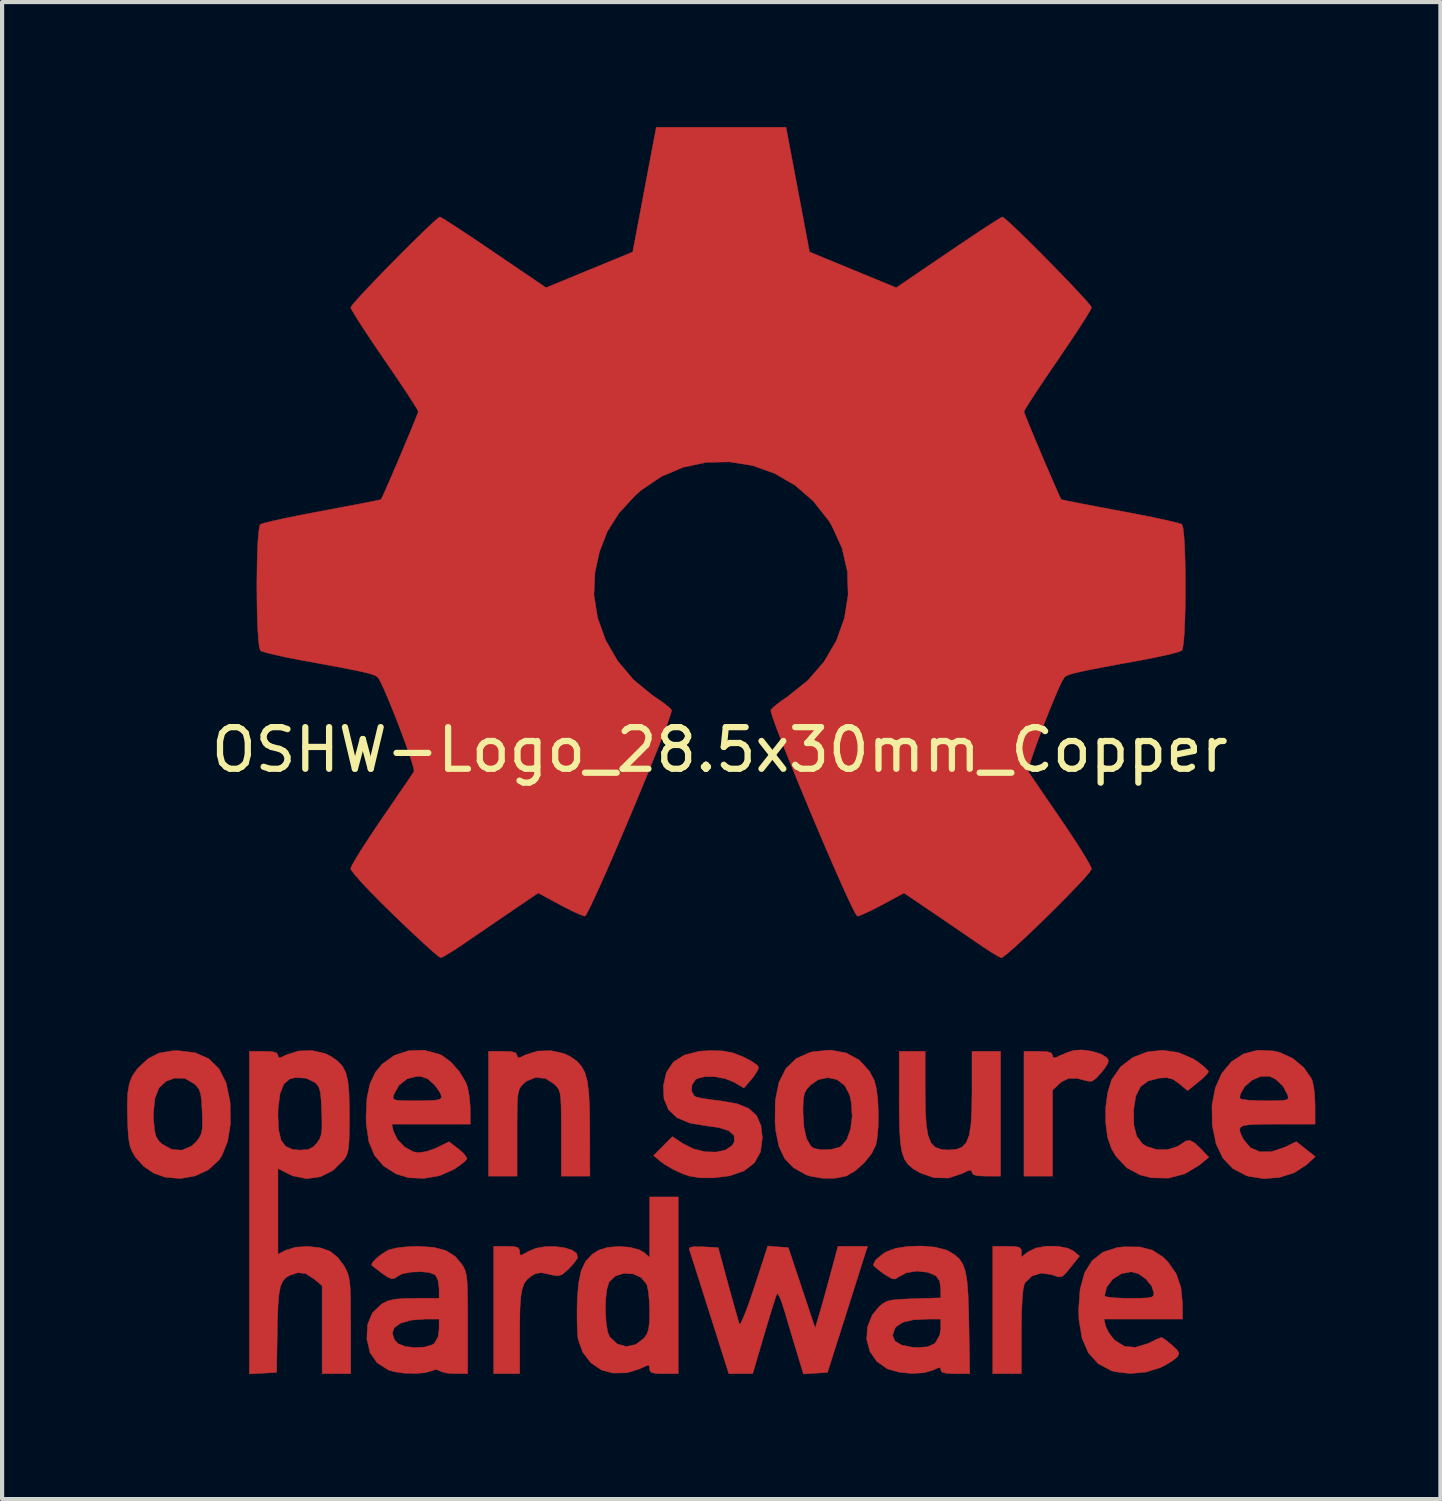
<source format=kicad_pcb>
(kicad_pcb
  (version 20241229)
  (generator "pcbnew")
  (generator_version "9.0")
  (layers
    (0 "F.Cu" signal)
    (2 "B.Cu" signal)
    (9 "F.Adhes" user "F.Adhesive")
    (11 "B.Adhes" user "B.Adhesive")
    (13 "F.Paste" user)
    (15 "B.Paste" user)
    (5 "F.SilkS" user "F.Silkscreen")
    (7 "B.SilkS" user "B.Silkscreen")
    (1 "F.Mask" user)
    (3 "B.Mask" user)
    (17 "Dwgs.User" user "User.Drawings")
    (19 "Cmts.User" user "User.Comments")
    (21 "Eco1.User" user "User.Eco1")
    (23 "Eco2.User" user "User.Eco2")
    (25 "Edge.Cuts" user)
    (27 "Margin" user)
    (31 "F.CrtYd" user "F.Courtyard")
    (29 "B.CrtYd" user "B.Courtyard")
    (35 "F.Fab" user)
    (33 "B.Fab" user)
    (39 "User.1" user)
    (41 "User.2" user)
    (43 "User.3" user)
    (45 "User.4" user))
  (footprint "OSHW-Logo_28.5x30mm_Copper"
    (layer "F.Cu")
    (at 14.232 14.952)
    (property "Reference" "OSHW-Logo_28.5x30mm_Copper" (at 0 0 0) (layer "F.SilkS") (effects (font (size 1 1) (thickness 0.15))))
    (attr exclude_from_pos_files exclude_from_bom)
    (fp_poly (pts (xy 8.931 7.236) (xy 9.146 7.302) (xy 9.284 7.385) (xy 9.329 7.45) (xy 9.316 7.528) (xy 9.236 7.65) (xy 9.168 7.737) (xy 9.028 7.893) (xy 8.923 7.959) (xy 8.833 7.954) (xy 8.567 7.886) (xy 8.371 7.89) (xy 8.212 7.966) (xy 8.159 8.011) (xy 7.988 8.169) (xy 7.988 10.235) (xy 7.302 10.235) (xy 7.302 7.239) (xy 7.645 7.239) (xy 7.851 7.247) (xy 7.957 7.276) (xy 7.988 7.333) (xy 7.988 7.335) (xy 8.003 7.394) (xy 8.069 7.386) (xy 8.16 7.343) (xy 8.348 7.264) (xy 8.501 7.216) (xy 8.698 7.204) (xy 8.931 7.236)) (stroke (width 0.01) (type solid)) (fill yes) (layer "F.Cu"))
    (fp_poly (pts (xy 8.116 11.919) (xy 8.356 11.966) (xy 8.493 12.036) (xy 8.636 12.153) (xy 8.432 12.411) (xy 8.306 12.567) (xy 8.22 12.643) (xy 8.135 12.655) (xy 8.011 12.617) (xy 7.952 12.596) (xy 7.714 12.565) (xy 7.496 12.632) (xy 7.336 12.784) (xy 7.31 12.832) (xy 7.281 12.96) (xy 7.26 13.196) (xy 7.245 13.523) (xy 7.239 13.925) (xy 7.239 13.982) (xy 7.239 14.978) (xy 6.553 14.978) (xy 6.553 11.92) (xy 6.896 11.92) (xy 7.094 11.925) (xy 7.197 11.948) (xy 7.235 12) (xy 7.239 12.049) (xy 7.239 12.179) (xy 7.404 12.049) (xy 7.592 11.961) (xy 7.846 11.917) (xy 8.116 11.919)) (stroke (width 0.01) (type solid)) (fill yes) (layer "F.Cu"))
    (fp_poly (pts (xy -4.93 11.927) (xy -4.837 11.955) (xy -4.807 12.016) (xy -4.805 12.044) (xy -4.8 12.121) (xy -4.763 12.133) (xy -4.662 12.08) (xy -4.603 12.044) (xy -4.414 11.966) (xy -4.189 11.928) (xy -3.953 11.925) (xy -3.732 11.954) (xy -3.552 12.01) (xy -3.437 12.091) (xy -3.415 12.191) (xy -3.426 12.218) (xy -3.509 12.332) (xy -3.638 12.471) (xy -3.661 12.493) (xy -3.784 12.596) (xy -3.89 12.63) (xy -4.038 12.607) (xy -4.097 12.591) (xy -4.282 12.554) (xy -4.412 12.571) (xy -4.521 12.63) (xy -4.622 12.709) (xy -4.696 12.808) (xy -4.747 12.947) (xy -4.78 13.145) (xy -4.798 13.419) (xy -4.805 13.791) (xy -4.805 14.015) (xy -4.805 14.978) (xy -5.429 14.978) (xy -5.429 11.92) (xy -5.117 11.92) (xy -4.93 11.927)) (stroke (width 0.01) (type solid)) (fill yes) (layer "F.Cu"))
    (fp_poly (pts (xy 4.93 8.211) (xy 4.936 8.668) (xy 4.958 9.016) (xy 5.001 9.268) (xy 5.071 9.439) (xy 5.174 9.543) (xy 5.316 9.594) (xy 5.492 9.607) (xy 5.676 9.592) (xy 5.816 9.539) (xy 5.917 9.432) (xy 5.986 9.257) (xy 6.028 9.001) (xy 6.048 8.648) (xy 6.054 8.211) (xy 6.054 7.239) (xy 6.74 7.239) (xy 6.74 10.235) (xy 6.397 10.235) (xy 6.19 10.227) (xy 6.083 10.197) (xy 6.054 10.141) (xy 6.036 10.091) (xy 5.964 10.102) (xy 5.82 10.172) (xy 5.491 10.281) (xy 5.141 10.273) (xy 4.806 10.155) (xy 4.647 10.062) (xy 4.525 9.961) (xy 4.436 9.835) (xy 4.375 9.666) (xy 4.336 9.436) (xy 4.316 9.127) (xy 4.307 8.723) (xy 4.306 8.41) (xy 4.306 7.239) (xy 4.93 7.239) (xy 4.93 8.211)) (stroke (width 0.01) (type solid)) (fill yes) (layer "F.Cu"))
    (fp_poly (pts (xy -3.742 7.291) (xy -3.587 7.365) (xy -3.437 7.472) (xy -3.322 7.596) (xy -3.238 7.753) (xy -3.181 7.962) (xy -3.146 8.241) (xy -3.128 8.607) (xy -3.122 9.078) (xy -3.122 9.127) (xy -3.12 10.235) (xy -3.807 10.235) (xy -3.807 9.214) (xy -3.807 8.835) (xy -3.811 8.561) (xy -3.82 8.37) (xy -3.838 8.242) (xy -3.867 8.156) (xy -3.911 8.092) (xy -3.971 8.028) (xy -4.184 7.891) (xy -4.416 7.865) (xy -4.638 7.952) (xy -4.715 8.017) (xy -4.771 8.077) (xy -4.812 8.142) (xy -4.839 8.232) (xy -4.856 8.367) (xy -4.864 8.567) (xy -4.867 8.854) (xy -4.868 9.202) (xy -4.868 10.235) (xy -5.554 10.235) (xy -5.554 7.239) (xy -5.211 7.239) (xy -5.005 7.247) (xy -4.899 7.276) (xy -4.868 7.333) (xy -4.868 7.335) (xy -4.854 7.39) (xy -4.79 7.384) (xy -4.665 7.323) (xy -4.38 7.233) (xy -4.055 7.223) (xy -3.742 7.291)) (stroke (width 0.01) (type solid)) (fill yes) (layer "F.Cu"))
    (fp_poly (pts (xy 11.004 7.265) (xy 11.366 7.419) (xy 11.48 7.494) (xy 11.625 7.609) (xy 11.717 7.699) (xy 11.733 7.729) (xy 11.688 7.794) (xy 11.573 7.905) (xy 11.481 7.982) (xy 11.23 8.184) (xy 11.032 8.017) (xy 10.879 7.909) (xy 10.729 7.872) (xy 10.558 7.881) (xy 10.286 7.949) (xy 10.099 8.089) (xy 9.986 8.315) (xy 9.934 8.642) (xy 9.934 8.642) (xy 9.939 9.008) (xy 10.008 9.276) (xy 10.146 9.458) (xy 10.241 9.52) (xy 10.491 9.597) (xy 10.758 9.597) (xy 10.991 9.522) (xy 11.046 9.486) (xy 11.184 9.393) (xy 11.292 9.378) (xy 11.409 9.447) (xy 11.538 9.571) (xy 11.741 9.782) (xy 11.515 9.968) (xy 11.165 10.179) (xy 10.771 10.283) (xy 10.359 10.275) (xy 10.089 10.206) (xy 9.772 10.036) (xy 9.519 9.769) (xy 9.404 9.58) (xy 9.311 9.309) (xy 9.265 8.965) (xy 9.264 8.593) (xy 9.31 8.236) (xy 9.401 7.937) (xy 9.416 7.906) (xy 9.628 7.605) (xy 9.916 7.386) (xy 10.257 7.254) (xy 10.627 7.212) (xy 11.004 7.265)) (stroke (width 0.01) (type solid)) (fill yes) (layer "F.Cu"))
    (fp_poly (pts (xy 3.031 7.276) (xy 3.347 7.448) (xy 3.594 7.72) (xy 3.71 7.94) (xy 3.76 8.135) (xy 3.793 8.413) (xy 3.806 8.733) (xy 3.801 9.055) (xy 3.775 9.337) (xy 3.745 9.488) (xy 3.643 9.695) (xy 3.467 9.914) (xy 3.254 10.105) (xy 3.043 10.229) (xy 3.038 10.231) (xy 2.777 10.285) (xy 2.468 10.287) (xy 2.173 10.237) (xy 2.06 10.198) (xy 1.767 10.032) (xy 1.558 9.815) (xy 1.42 9.527) (xy 1.343 9.15) (xy 1.326 8.952) (xy 1.328 8.704) (xy 1.997 8.704) (xy 2.02 9.066) (xy 2.084 9.342) (xy 2.188 9.519) (xy 2.261 9.569) (xy 2.449 9.604) (xy 2.673 9.594) (xy 2.866 9.543) (xy 2.917 9.515) (xy 3.051 9.353) (xy 3.139 9.105) (xy 3.177 8.803) (xy 3.158 8.48) (xy 3.117 8.285) (xy 2.999 8.059) (xy 2.813 7.918) (xy 2.589 7.869) (xy 2.358 7.921) (xy 2.179 8.046) (xy 2.086 8.149) (xy 2.031 8.251) (xy 2.005 8.389) (xy 1.997 8.6) (xy 1.997 8.704) (xy 1.328 8.704) (xy 1.331 8.425) (xy 1.416 7.993) (xy 1.583 7.656) (xy 1.831 7.413) (xy 2.161 7.266) (xy 2.231 7.248) (xy 2.656 7.208) (xy 3.031 7.276)) (stroke (width 0.01) (type solid)) (fill yes) (layer "F.Cu"))
    (fp_poly (pts (xy 1.397 11.933) (xy 1.644 11.951) (xy 1.967 12.918) (xy 2.289 13.886) (xy 2.391 13.543) (xy 2.452 13.33) (xy 2.532 13.044) (xy 2.618 12.729) (xy 2.664 12.56) (xy 2.836 11.92) (xy 3.546 11.92) (xy 3.333 12.591) (xy 3.229 12.921) (xy 3.103 13.319) (xy 2.971 13.734) (xy 2.853 14.104) (xy 2.585 14.947) (xy 2.296 14.966) (xy 2.007 14.984) (xy 1.85 14.466) (xy 1.753 14.144) (xy 1.647 13.79) (xy 1.555 13.476) (xy 1.551 13.464) (xy 1.482 13.251) (xy 1.422 13.107) (xy 1.379 13.052) (xy 1.37 13.058) (xy 1.34 13.143) (xy 1.281 13.325) (xy 1.202 13.581) (xy 1.11 13.888) (xy 1.06 14.057) (xy 0.789 14.978) (xy 0.215 14.978) (xy -0.244 13.527) (xy -0.374 13.12) (xy -0.491 12.75) (xy -0.592 12.435) (xy -0.669 12.193) (xy -0.719 12.039) (xy -0.734 11.995) (xy -0.722 11.949) (xy -0.628 11.929) (xy -0.433 11.931) (xy -0.402 11.932) (xy -0.039 11.951) (xy 0.198 12.825) (xy 0.286 13.143) (xy 0.364 13.424) (xy 0.426 13.641) (xy 0.464 13.771) (xy 0.472 13.792) (xy 0.501 13.768) (xy 0.561 13.641) (xy 0.645 13.43) (xy 0.744 13.152) (xy 0.829 12.9) (xy 1.15 11.914) (xy 1.397 11.933)) (stroke (width 0.01) (type solid)) (fill yes) (layer "F.Cu"))
    (fp_poly (pts (xy -12.598 7.272) (xy -12.271 7.416) (xy -12.023 7.657) (xy -11.854 7.995) (xy -11.762 8.431) (xy -11.756 8.499) (xy -11.75 8.978) (xy -11.817 9.398) (xy -11.952 9.739) (xy -12.024 9.848) (xy -12.275 10.08) (xy -12.595 10.23) (xy -12.952 10.293) (xy -13.317 10.261) (xy -13.594 10.163) (xy -13.833 9.999) (xy -14.028 9.783) (xy -14.031 9.778) (xy -14.11 9.645) (xy -14.162 9.511) (xy -14.193 9.342) (xy -14.211 9.104) (xy -14.219 8.909) (xy -14.223 8.731) (xy -13.599 8.731) (xy -13.593 8.908) (xy -13.571 9.143) (xy -13.532 9.293) (xy -13.461 9.401) (xy -13.395 9.463) (xy -13.161 9.594) (xy -12.917 9.612) (xy -12.689 9.518) (xy -12.575 9.412) (xy -12.493 9.305) (xy -12.445 9.203) (xy -12.424 9.071) (xy -12.422 8.872) (xy -12.429 8.689) (xy -12.443 8.427) (xy -12.465 8.258) (xy -12.505 8.147) (xy -12.572 8.062) (xy -12.625 8.014) (xy -12.848 7.887) (xy -13.089 7.881) (xy -13.291 7.956) (xy -13.463 8.113) (xy -13.565 8.371) (xy -13.599 8.731) (xy -14.223 8.731) (xy -14.227 8.52) (xy -14.214 8.229) (xy -14.177 8.011) (xy -14.109 7.838) (xy -14.005 7.686) (xy -13.967 7.64) (xy -13.728 7.415) (xy -13.471 7.283) (xy -13.156 7.228) (xy -13.003 7.224) (xy -12.598 7.272)) (stroke (width 0.01) (type solid)) (fill yes) (layer "F.Cu"))
    (fp_poly (pts (xy -0.999 14.978) (xy -1.342 14.978) (xy -1.541 14.972) (xy -1.645 14.948) (xy -1.682 14.895) (xy -1.685 14.86) (xy -1.691 14.789) (xy -1.731 14.775) (xy -1.835 14.819) (xy -1.917 14.86) (xy -2.228 14.957) (xy -2.567 14.963) (xy -2.843 14.89) (xy -3.099 14.715) (xy -3.295 14.457) (xy -3.402 14.152) (xy -3.405 14.135) (xy -3.42 13.949) (xy -3.428 13.682) (xy -3.428 13.481) (xy -2.746 13.481) (xy -2.73 13.749) (xy -2.694 13.97) (xy -2.646 14.095) (xy -2.462 14.265) (xy -2.243 14.327) (xy -2.018 14.277) (xy -1.825 14.13) (xy -1.753 14.03) (xy -1.71 13.912) (xy -1.69 13.739) (xy -1.685 13.48) (xy -1.694 13.223) (xy -1.717 12.997) (xy -1.75 12.846) (xy -1.756 12.832) (xy -1.888 12.671) (xy -2.082 12.582) (xy -2.3 12.568) (xy -2.502 12.63) (xy -2.651 12.768) (xy -2.666 12.796) (xy -2.715 12.964) (xy -2.741 13.206) (xy -2.746 13.481) (xy -3.428 13.481) (xy -3.427 13.378) (xy -3.423 13.215) (xy -3.392 12.81) (xy -3.329 12.506) (xy -3.223 12.281) (xy -3.067 12.114) (xy -2.914 12.016) (xy -2.702 11.947) (xy -2.437 11.923) (xy -2.166 11.942) (xy -1.935 12.002) (xy -1.812 12.074) (xy -1.685 12.189) (xy -1.685 10.734) (xy -0.999 10.734) (xy -0.999 14.978)) (stroke (width 0.01) (type solid)) (fill yes) (layer "F.Cu"))
    (fp_poly (pts (xy 13.291 7.229) (xy 13.451 7.267) (xy 13.757 7.41) (xy 14.019 7.627) (xy 14.2 7.887) (xy 14.225 7.945) (xy 14.259 8.099) (xy 14.283 8.325) (xy 14.291 8.554) (xy 14.291 8.987) (xy 13.386 8.987) (xy 13.013 8.988) (xy 12.75 8.997) (xy 12.583 9.019) (xy 12.497 9.061) (xy 12.478 9.13) (xy 12.511 9.233) (xy 12.571 9.352) (xy 12.736 9.552) (xy 12.966 9.651) (xy 13.246 9.648) (xy 13.564 9.54) (xy 13.839 9.406) (xy 14.296 9.767) (xy 14.081 9.965) (xy 13.794 10.152) (xy 13.442 10.265) (xy 13.063 10.297) (xy 12.697 10.24) (xy 12.638 10.221) (xy 12.316 10.053) (xy 12.076 9.802) (xy 11.914 9.461) (xy 11.824 9.023) (xy 11.823 9.014) (xy 11.815 8.536) (xy 11.848 8.366) (xy 12.482 8.366) (xy 12.54 8.392) (xy 12.698 8.412) (xy 12.931 8.423) (xy 13.079 8.425) (xy 13.354 8.424) (xy 13.526 8.417) (xy 13.617 8.399) (xy 13.647 8.364) (xy 13.64 8.307) (xy 13.633 8.285) (xy 13.522 8.077) (xy 13.346 7.909) (xy 13.191 7.836) (xy 12.985 7.84) (xy 12.776 7.932) (xy 12.601 8.084) (xy 12.496 8.269) (xy 12.482 8.366) (xy 11.848 8.366) (xy 11.895 8.116) (xy 12.054 7.763) (xy 12.282 7.488) (xy 12.571 7.301) (xy 12.91 7.211) (xy 13.291 7.229)) (stroke (width 0.01) (type solid)) (fill yes) (layer "F.Cu"))
    (fp_poly (pts (xy 0.07 7.229) (xy 0.306 7.273) (xy 0.551 7.367) (xy 0.577 7.379) (xy 0.763 7.477) (xy 0.892 7.568) (xy 0.934 7.626) (xy 0.894 7.721) (xy 0.798 7.861) (xy 0.755 7.913) (xy 0.579 8.119) (xy 0.352 7.985) (xy 0.136 7.896) (xy -0.114 7.848) (xy -0.353 7.845) (xy -0.539 7.89) (xy -0.583 7.918) (xy -0.668 8.046) (xy -0.678 8.194) (xy -0.615 8.309) (xy -0.577 8.332) (xy -0.465 8.359) (xy -0.267 8.392) (xy -0.024 8.423) (xy 0.021 8.428) (xy 0.412 8.496) (xy 0.696 8.611) (xy 0.884 8.784) (xy 0.988 9.025) (xy 1.021 9.319) (xy 0.976 9.654) (xy 0.83 9.917) (xy 0.582 10.109) (xy 0.232 10.229) (xy -0.156 10.277) (xy -0.473 10.276) (xy -0.73 10.233) (xy -0.905 10.174) (xy -1.127 10.07) (xy -1.331 9.949) (xy -1.404 9.896) (xy -1.591 9.743) (xy -1.366 9.515) (xy -1.14 9.286) (xy -0.883 9.456) (xy -0.626 9.584) (xy -0.351 9.65) (xy -0.086 9.657) (xy 0.139 9.606) (xy 0.298 9.497) (xy 0.349 9.405) (xy 0.341 9.258) (xy 0.214 9.145) (xy -0.032 9.067) (xy -0.303 9.031) (xy -0.718 8.963) (xy -1.027 8.833) (xy -1.233 8.639) (xy -1.341 8.377) (xy -1.356 8.066) (xy -1.282 7.741) (xy -1.114 7.495) (xy -0.851 7.328) (xy -0.491 7.237) (xy -0.224 7.22) (xy 0.07 7.229)) (stroke (width 0.01) (type solid)) (fill yes) (layer "F.Cu"))
    (fp_poly (pts (xy 10.088 11.936) (xy 10.386 12.014) (xy 10.636 12.174) (xy 10.757 12.293) (xy 10.955 12.576) (xy 11.069 12.904) (xy 11.108 13.307) (xy 11.108 13.34) (xy 11.109 13.667) (xy 9.223 13.667) (xy 9.263 13.839) (xy 9.336 13.994) (xy 9.463 14.156) (xy 9.489 14.182) (xy 9.718 14.322) (xy 9.978 14.346) (xy 10.278 14.254) (xy 10.329 14.229) (xy 10.484 14.154) (xy 10.589 14.111) (xy 10.607 14.107) (xy 10.671 14.145) (xy 10.792 14.24) (xy 10.853 14.291) (xy 10.981 14.41) (xy 11.023 14.488) (xy 10.994 14.56) (xy 10.978 14.579) (xy 10.873 14.665) (xy 10.699 14.77) (xy 10.578 14.831) (xy 10.234 14.939) (xy 9.854 14.974) (xy 9.493 14.932) (xy 9.392 14.903) (xy 9.08 14.735) (xy 8.848 14.478) (xy 8.696 14.127) (xy 8.622 13.682) (xy 8.614 13.449) (xy 8.638 13.11) (xy 9.236 13.11) (xy 9.294 13.135) (xy 9.45 13.154) (xy 9.676 13.166) (xy 9.829 13.168) (xy 10.105 13.166) (xy 10.279 13.157) (xy 10.374 13.136) (xy 10.414 13.099) (xy 10.422 13.044) (xy 10.369 12.876) (xy 10.234 12.71) (xy 10.057 12.583) (xy 9.879 12.531) (xy 9.639 12.577) (xy 9.43 12.711) (xy 9.286 12.903) (xy 9.236 13.11) (xy 8.638 13.11) (xy 8.649 12.955) (xy 8.755 12.561) (xy 8.936 12.265) (xy 9.193 12.063) (xy 9.529 11.952) (xy 9.711 11.931) (xy 10.088 11.936)) (stroke (width 0.01) (type solid)) (fill yes) (layer "F.Cu"))
    (fp_poly (pts (xy -6.733 7.309) (xy -6.671 7.338) (xy -6.456 7.496) (xy -6.253 7.726) (xy -6.101 7.979) (xy -6.057 8.096) (xy -6.018 8.304) (xy -5.994 8.555) (xy -5.992 8.659) (xy -5.991 8.987) (xy -7.877 8.987) (xy -7.837 9.158) (xy -7.738 9.361) (xy -7.566 9.537) (xy -7.36 9.65) (xy -7.23 9.673) (xy -7.052 9.645) (xy -6.841 9.573) (xy -6.769 9.54) (xy -6.503 9.408) (xy -6.276 9.581) (xy -6.145 9.698) (xy -6.076 9.794) (xy -6.072 9.823) (xy -6.134 9.891) (xy -6.271 9.996) (xy -6.394 10.077) (xy -6.728 10.224) (xy -7.103 10.29) (xy -7.474 10.273) (xy -7.77 10.183) (xy -8.075 9.99) (xy -8.291 9.736) (xy -8.427 9.407) (xy -8.489 8.99) (xy -8.494 8.799) (xy -8.472 8.362) (xy -8.47 8.349) (xy -7.845 8.349) (xy -7.827 8.39) (xy -7.757 8.413) (xy -7.611 8.423) (xy -7.368 8.425) (xy -7.275 8.425) (xy -6.99 8.422) (xy -6.81 8.409) (xy -6.713 8.385) (xy -6.679 8.345) (xy -6.678 8.332) (xy -6.717 8.231) (xy -6.815 8.089) (xy -6.857 8.039) (xy -7.013 7.898) (xy -7.176 7.843) (xy -7.264 7.838) (xy -7.502 7.896) (xy -7.701 8.052) (xy -7.828 8.277) (xy -7.83 8.285) (xy -7.845 8.349) (xy -8.47 8.349) (xy -8.4 8.018) (xy -8.269 7.743) (xy -8.109 7.547) (xy -7.813 7.335) (xy -7.465 7.222) (xy -7.096 7.212) (xy -6.733 7.309)) (stroke (width 0.01) (type solid)) (fill yes) (layer "F.Cu"))
    (fp_poly (pts (xy 5.154 11.938) (xy 5.417 12.002) (xy 5.493 12.036) (xy 5.64 12.125) (xy 5.753 12.225) (xy 5.837 12.353) (xy 5.896 12.527) (xy 5.936 12.765) (xy 5.96 13.083) (xy 5.975 13.499) (xy 5.98 13.777) (xy 6.001 14.978) (xy 5.653 14.978) (xy 5.442 14.969) (xy 5.333 14.939) (xy 5.305 14.888) (xy 5.29 14.833) (xy 5.223 14.844) (xy 5.133 14.888) (xy 4.907 14.955) (xy 4.616 14.973) (xy 4.31 14.944) (xy 4.038 14.867) (xy 4.014 14.857) (xy 3.766 14.682) (xy 3.602 14.44) (xy 3.527 14.157) (xy 3.532 14.055) (xy 4.147 14.055) (xy 4.201 14.192) (xy 4.361 14.29) (xy 4.62 14.343) (xy 4.759 14.35) (xy 4.989 14.332) (xy 5.142 14.262) (xy 5.18 14.229) (xy 5.281 14.049) (xy 5.305 13.886) (xy 5.305 13.667) (xy 5 13.667) (xy 4.647 13.685) (xy 4.399 13.742) (xy 4.242 13.841) (xy 4.207 13.886) (xy 4.147 14.055) (xy 3.532 14.055) (xy 3.544 13.859) (xy 3.656 13.575) (xy 3.81 13.384) (xy 3.903 13.301) (xy 3.994 13.246) (xy 4.113 13.213) (xy 4.288 13.194) (xy 4.55 13.181) (xy 4.653 13.178) (xy 5.305 13.157) (xy 5.304 12.96) (xy 5.278 12.752) (xy 5.187 12.627) (xy 5.003 12.547) (xy 4.998 12.546) (xy 4.737 12.514) (xy 4.481 12.555) (xy 4.291 12.655) (xy 4.215 12.705) (xy 4.133 12.698) (xy 4.007 12.626) (xy 3.932 12.576) (xy 3.787 12.468) (xy 3.697 12.387) (xy 3.683 12.364) (xy 3.742 12.244) (xy 3.918 12.101) (xy 3.994 12.053) (xy 4.213 11.97) (xy 4.509 11.923) (xy 4.837 11.912) (xy 5.154 11.938)) (stroke (width 0.01) (type solid)) (fill yes) (layer "F.Cu"))
    (fp_poly (pts (xy -6.87 11.944) (xy -6.576 12.022) (xy -6.353 12.164) (xy -6.195 12.35) (xy -6.146 12.43) (xy -6.11 12.513) (xy -6.085 12.619) (xy -6.068 12.768) (xy -6.059 12.979) (xy -6.055 13.272) (xy -6.054 13.666) (xy -6.054 13.77) (xy -6.054 14.978) (xy -6.353 14.978) (xy -6.544 14.965) (xy -6.685 14.931) (xy -6.721 14.91) (xy -6.818 14.874) (xy -6.916 14.91) (xy -7.079 14.955) (xy -7.316 14.973) (xy -7.578 14.965) (xy -7.817 14.932) (xy -7.957 14.89) (xy -8.228 14.716) (xy -8.397 14.475) (xy -8.473 14.154) (xy -8.474 14.146) (xy -8.467 14.004) (xy -7.863 14.004) (xy -7.811 14.166) (xy -7.725 14.257) (xy -7.552 14.326) (xy -7.324 14.353) (xy -7.092 14.339) (xy -6.906 14.285) (xy -6.854 14.251) (xy -6.763 14.09) (xy -6.74 13.907) (xy -6.74 13.667) (xy -7.085 13.667) (xy -7.413 13.693) (xy -7.662 13.764) (xy -7.817 13.876) (xy -7.863 14.004) (xy -8.467 14.004) (xy -8.457 13.796) (xy -8.342 13.519) (xy -8.124 13.309) (xy -8.094 13.29) (xy -7.965 13.228) (xy -7.806 13.191) (xy -7.582 13.172) (xy -7.317 13.168) (xy -6.74 13.168) (xy -6.74 12.926) (xy -6.765 12.738) (xy -6.827 12.613) (xy -6.834 12.606) (xy -6.973 12.551) (xy -7.183 12.529) (xy -7.415 12.54) (xy -7.621 12.58) (xy -7.742 12.641) (xy -7.808 12.69) (xy -7.878 12.699) (xy -7.974 12.659) (xy -8.12 12.56) (xy -8.337 12.393) (xy -8.357 12.378) (xy -8.347 12.32) (xy -8.261 12.223) (xy -8.132 12.116) (xy -7.988 12.026) (xy -7.943 12.005) (xy -7.779 11.962) (xy -7.538 11.932) (xy -7.269 11.92) (xy -7.257 11.92) (xy -6.87 11.944)) (stroke (width 0.01) (type solid)) (fill yes) (layer "F.Cu"))
    (fp_poly (pts (xy -9.473 7.292) (xy -9.342 7.357) (xy -9.18 7.47) (xy -9.061 7.594) (xy -8.98 7.749) (xy -8.93 7.957) (xy -8.903 8.239) (xy -8.894 8.617) (xy -8.893 8.779) (xy -8.895 9.135) (xy -8.902 9.39) (xy -8.916 9.566) (xy -8.942 9.687) (xy -8.981 9.776) (xy -9.022 9.836) (xy -9.282 10.095) (xy -9.588 10.25) (xy -9.919 10.297) (xy -10.252 10.229) (xy -10.357 10.181) (xy -10.609 10.05) (xy -10.609 12.11) (xy -10.425 12.015) (xy -10.183 11.941) (xy -9.884 11.923) (xy -9.587 11.957) (xy -9.362 12.036) (xy -9.175 12.185) (xy -9.016 12.398) (xy -9.004 12.42) (xy -8.953 12.523) (xy -8.916 12.627) (xy -8.891 12.753) (xy -8.875 12.922) (xy -8.866 13.156) (xy -8.863 13.474) (xy -8.862 13.833) (xy -8.862 14.978) (xy -9.548 14.978) (xy -9.548 12.867) (xy -9.74 12.706) (xy -9.94 12.576) (xy -10.129 12.553) (xy -10.319 12.613) (xy -10.42 12.672) (xy -10.495 12.757) (xy -10.549 12.884) (xy -10.585 13.073) (xy -10.607 13.341) (xy -10.62 13.705) (xy -10.625 13.948) (xy -10.641 14.947) (xy -10.968 14.966) (xy -11.296 14.984) (xy -11.296 8.788) (xy -10.609 8.788) (xy -10.592 9.133) (xy -10.533 9.373) (xy -10.423 9.522) (xy -10.252 9.596) (xy -10.079 9.611) (xy -9.883 9.594) (xy -9.753 9.527) (xy -9.672 9.439) (xy -9.608 9.345) (xy -9.57 9.239) (xy -9.553 9.092) (xy -9.553 8.87) (xy -9.559 8.685) (xy -9.572 8.406) (xy -9.591 8.222) (xy -9.624 8.106) (xy -9.677 8.028) (xy -9.727 7.983) (xy -9.936 7.884) (xy -10.184 7.868) (xy -10.326 7.902) (xy -10.466 8.023) (xy -10.56 8.257) (xy -10.605 8.604) (xy -10.609 8.788) (xy -11.296 8.788) (xy -11.296 7.239) (xy -10.953 7.239) (xy -10.746 7.247) (xy -10.64 7.276) (xy -10.609 7.333) (xy -10.609 7.335) (xy -10.595 7.39) (xy -10.532 7.384) (xy -10.407 7.323) (xy -10.114 7.23) (xy -9.785 7.22) (xy -9.473 7.292)) (stroke (width 0.01) (type solid)) (fill yes) (layer "F.Cu"))
    (fp_poly (pts (xy 2.153 -11.953) (xy 3.194 -11.524) (xy 4.235 -11.095) (xy 5.484 -11.944) (xy 5.834 -12.181) (xy 6.15 -12.392) (xy 6.418 -12.568) (xy 6.623 -12.7) (xy 6.75 -12.777) (xy 6.784 -12.794) (xy 6.846 -12.751) (xy 6.979 -12.632) (xy 7.168 -12.453) (xy 7.398 -12.229) (xy 7.654 -11.974) (xy 7.921 -11.705) (xy 8.184 -11.435) (xy 8.428 -11.181) (xy 8.639 -10.956) (xy 8.802 -10.778) (xy 8.901 -10.66) (xy 8.924 -10.62) (xy 8.89 -10.547) (xy 8.795 -10.388) (xy 8.648 -10.157) (xy 8.46 -9.871) (xy 8.24 -9.545) (xy 8.113 -9.359) (xy 7.881 -9.019) (xy 7.675 -8.713) (xy 7.505 -8.455) (xy 7.381 -8.26) (xy 7.312 -8.145) (xy 7.302 -8.12) (xy 7.325 -8.051) (xy 7.389 -7.891) (xy 7.483 -7.661) (xy 7.599 -7.384) (xy 7.726 -7.084) (xy 7.854 -6.782) (xy 7.976 -6.501) (xy 8.079 -6.264) (xy 8.156 -6.094) (xy 8.196 -6.013) (xy 8.199 -6.009) (xy 8.262 -5.994) (xy 8.431 -5.959) (xy 8.687 -5.909) (xy 9.014 -5.846) (xy 9.394 -5.775) (xy 9.615 -5.733) (xy 10.021 -5.656) (xy 10.387 -5.583) (xy 10.696 -5.517) (xy 10.928 -5.463) (xy 11.065 -5.425) (xy 11.093 -5.413) (xy 11.12 -5.331) (xy 11.142 -5.146) (xy 11.159 -4.879) (xy 11.17 -4.553) (xy 11.176 -4.189) (xy 11.177 -3.808) (xy 11.173 -3.432) (xy 11.164 -3.083) (xy 11.15 -2.782) (xy 11.13 -2.551) (xy 11.106 -2.412) (xy 11.091 -2.383) (xy 11.003 -2.348) (xy 10.817 -2.298) (xy 10.556 -2.24) (xy 10.247 -2.177) (xy 10.139 -2.157) (xy 9.619 -2.062) (xy 9.208 -1.985) (xy 8.892 -1.924) (xy 8.659 -1.875) (xy 8.494 -1.836) (xy 8.385 -1.803) (xy 8.316 -1.773) (xy 8.276 -1.743) (xy 8.27 -1.738) (xy 8.214 -1.644) (xy 8.128 -1.461) (xy 8.021 -1.211) (xy 7.901 -0.918) (xy 7.778 -0.603) (xy 7.659 -0.288) (xy 7.554 0.003) (xy 7.47 0.249) (xy 7.417 0.428) (xy 7.403 0.515) (xy 7.404 0.519) (xy 7.451 0.59) (xy 7.558 0.749) (xy 7.713 0.977) (xy 7.905 1.258) (xy 8.124 1.576) (xy 8.186 1.667) (xy 8.407 1.995) (xy 8.603 2.294) (xy 8.76 2.547) (xy 8.87 2.737) (xy 8.922 2.847) (xy 8.924 2.861) (xy 8.881 2.932) (xy 8.762 3.073) (xy 8.581 3.268) (xy 8.355 3.502) (xy 8.099 3.761) (xy 7.828 4.029) (xy 7.558 4.291) (xy 7.303 4.532) (xy 7.08 4.737) (xy 6.904 4.891) (xy 6.789 4.978) (xy 6.758 4.993) (xy 6.684 4.959) (xy 6.533 4.869) (xy 6.329 4.736) (xy 6.173 4.63) (xy 5.889 4.435) (xy 5.553 4.205) (xy 5.216 3.975) (xy 5.034 3.852) (xy 4.421 3.437) (xy 3.906 3.716) (xy 3.671 3.838) (xy 3.472 3.932) (xy 3.337 3.987) (xy 3.302 3.994) (xy 3.261 3.938) (xy 3.18 3.782) (xy 3.064 3.538) (xy 2.92 3.221) (xy 2.755 2.847) (xy 2.573 2.429) (xy 2.382 1.982) (xy 2.187 1.52) (xy 1.995 1.059) (xy 1.811 0.612) (xy 1.641 0.193) (xy 1.492 -0.182) (xy 1.37 -0.499) (xy 1.281 -0.743) (xy 1.231 -0.901) (xy 1.223 -0.955) (xy 1.287 -1.025) (xy 1.427 -1.137) (xy 1.615 -1.269) (xy 1.63 -1.279) (xy 2.115 -1.667) (xy 2.505 -2.119) (xy 2.799 -2.622) (xy 2.991 -3.16) (xy 3.08 -3.719) (xy 3.062 -4.285) (xy 2.933 -4.844) (xy 2.689 -5.38) (xy 2.618 -5.497) (xy 2.245 -5.971) (xy 1.805 -6.352) (xy 1.313 -6.637) (xy 0.784 -6.825) (xy 0.232 -6.913) (xy -0.325 -6.901) (xy -0.875 -6.785) (xy -1.4 -6.564) (xy -1.886 -6.235) (xy -2.037 -6.102) (xy -2.42 -5.685) (xy -2.699 -5.246) (xy -2.89 -4.754) (xy -2.997 -4.267) (xy -3.023 -3.719) (xy -2.935 -3.168) (xy -2.743 -2.634) (xy -2.453 -2.133) (xy -2.077 -1.686) (xy -1.622 -1.311) (xy -1.562 -1.271) (xy -1.373 -1.142) (xy -1.229 -1.029) (xy -1.16 -0.958) (xy -1.159 -0.955) (xy -1.174 -0.878) (xy -1.232 -0.702) (xy -1.329 -0.442) (xy -1.457 -0.112) (xy -1.61 0.272) (xy -1.783 0.697) (xy -1.969 1.148) (xy -2.163 1.611) (xy -2.358 2.071) (xy -2.547 2.513) (xy -2.726 2.924) (xy -2.888 3.288) (xy -3.027 3.591) (xy -3.136 3.819) (xy -3.21 3.958) (xy -3.24 3.994) (xy -3.331 3.966) (xy -3.502 3.89) (xy -3.722 3.78) (xy -3.844 3.716) (xy -4.359 3.437) (xy -4.972 3.852) (xy -5.285 4.065) (xy -5.628 4.299) (xy -5.949 4.519) (xy -6.11 4.63) (xy -6.337 4.782) (xy -6.528 4.902) (xy -6.66 4.976) (xy -6.703 4.992) (xy -6.766 4.95) (xy -6.904 4.832) (xy -7.104 4.652) (xy -7.353 4.421) (xy -7.638 4.151) (xy -7.818 3.977) (xy -8.134 3.668) (xy -8.406 3.391) (xy -8.625 3.158) (xy -8.778 2.982) (xy -8.856 2.874) (xy -8.864 2.853) (xy -8.829 2.769) (xy -8.733 2.601) (xy -8.587 2.365) (xy -8.4 2.078) (xy -8.185 1.756) (xy -8.123 1.667) (xy -7.9 1.341) (xy -7.7 1.048) (xy -7.533 0.804) (xy -7.412 0.625) (xy -7.348 0.529) (xy -7.342 0.519) (xy -7.351 0.441) (xy -7.4 0.272) (xy -7.481 0.032) (xy -7.585 -0.256) (xy -7.702 -0.569) (xy -7.826 -0.886) (xy -7.946 -1.182) (xy -8.055 -1.437) (xy -8.144 -1.628) (xy -8.204 -1.733) (xy -8.208 -1.738) (xy -8.245 -1.767) (xy -8.306 -1.797) (xy -8.407 -1.829) (xy -8.56 -1.867) (xy -8.779 -1.914) (xy -9.078 -1.973) (xy -9.47 -2.046) (xy -9.969 -2.138) (xy -10.077 -2.157) (xy -10.397 -2.219) (xy -10.676 -2.28) (xy -10.889 -2.333) (xy -11.012 -2.373) (xy -11.029 -2.383) (xy -11.056 -2.466) (xy -11.078 -2.652) (xy -11.095 -2.919) (xy -11.107 -3.246) (xy -11.113 -3.611) (xy -11.115 -3.992) (xy -11.111 -4.368) (xy -11.103 -4.716) (xy -11.089 -5.017) (xy -11.07 -5.246) (xy -11.045 -5.384) (xy -11.031 -5.413) (xy -10.949 -5.441) (xy -10.763 -5.488) (xy -10.491 -5.548) (xy -10.152 -5.618) (xy -9.764 -5.694) (xy -9.553 -5.733) (xy -9.152 -5.808) (xy -8.794 -5.876) (xy -8.497 -5.934) (xy -8.279 -5.977) (xy -8.157 -6.003) (xy -8.136 -6.009) (xy -8.102 -6.075) (xy -8.03 -6.233) (xy -7.93 -6.462) (xy -7.811 -6.738) (xy -7.683 -7.038) (xy -7.555 -7.341) (xy -7.437 -7.623) (xy -7.339 -7.862) (xy -7.27 -8.035) (xy -7.24 -8.12) (xy -7.239 -8.123) (xy -7.273 -8.19) (xy -7.369 -8.344) (xy -7.516 -8.57) (xy -7.704 -8.852) (xy -7.923 -9.175) (xy -8.051 -9.361) (xy -8.283 -9.702) (xy -8.489 -10.011) (xy -8.66 -10.273) (xy -8.784 -10.473) (xy -8.852 -10.594) (xy -8.862 -10.621) (xy -8.82 -10.684) (xy -8.703 -10.819) (xy -8.527 -11.011) (xy -8.305 -11.244) (xy -8.055 -11.504) (xy -7.789 -11.775) (xy -7.523 -12.042) (xy -7.272 -12.29) (xy -7.052 -12.504) (xy -6.876 -12.669) (xy -6.759 -12.77) (xy -6.72 -12.794) (xy -6.657 -12.76) (xy -6.505 -12.665) (xy -6.28 -12.519) (xy -5.997 -12.332) (xy -5.669 -12.112) (xy -5.422 -11.944) (xy -4.173 -11.095) (xy -3.132 -11.524) (xy -2.091 -11.953) (xy -1.809 -13.45) (xy -1.526 -14.947) (xy 1.589 -14.947) (xy 2.153 -11.953)) (stroke (width 0.01) (type solid)) (fill yes) (layer "F.Cu")))
  (gr_rect
    (start -3 -3)
    (end 31.532 32.941)
    (stroke (width 0.1) (type default))
    (fill no)
    (layer "Edge.Cuts")))
</source>
